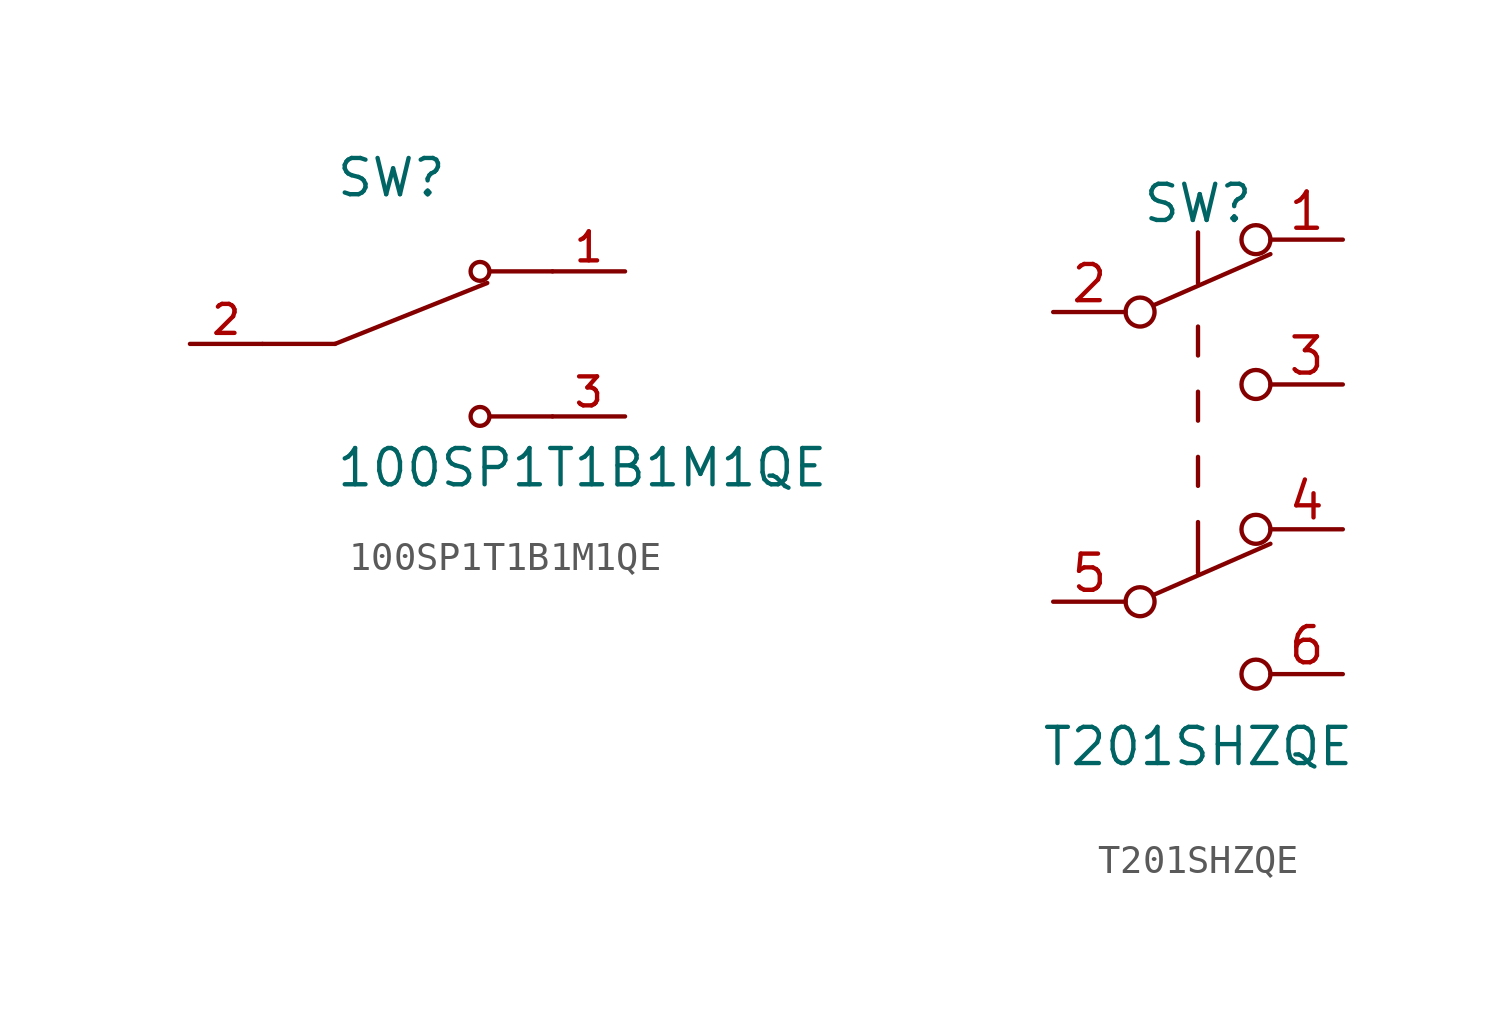
<source format=kicad_sym>
(kicad_symbol_lib
  (version 20241209)
  (generator "kicad_symbol_editor")
  (generator_version "9.0")
  (symbol "100SP1T1B1M1QE"
    (pin_names
      (offset 1.016)
      (hide yes))
    (property "Reference" "SW"
      (at -2.54 5.08 0)
      (effects (font (size 1.27 1.27)) (justify left bottom)))
    (property "Value" "100SP1T1B1M1QE"
      (at -2.54 -5.08 0)
      (effects (font (size 1.27 1.27)) (justify left bottom)))
    (symbol "100SP1T1B1M1QE_0_0"
      (polyline (pts (xy -2.54 0) (xy -5.08 0)) (stroke (width 0.152) (type default)) (fill (type none)))
      (polyline (pts (xy -2.54 0) (xy 2.794 2.134)) (stroke (width 0.152) (type default)) (fill (type none)))
      (circle (center 2.54 2.54) (radius 0.33) (stroke (width 0.152) (type default)) (fill (type none)))
      (circle (center 2.54 -2.54) (radius 0.33) (stroke (width 0.152) (type default)) (fill (type none)))
      (polyline (pts (xy 5.08 2.54) (xy 2.921 2.54)) (stroke (width 0.152) (type default)) (fill (type none)))
      (polyline (pts (xy 5.08 -2.54) (xy 2.921 -2.54)) (stroke (width 0.152) (type default)) (fill (type none)))
      (pin passive line (at -7.62 0 0) (length 2.54) (name "~" (effects (font (size 1.016 1.016)))) (number "2" (effects (font (size 1.016 1.016)))))
      (pin passive line (at 7.62 2.54 180) (length 2.54) (name "~" (effects (font (size 1.016 1.016)))) (number "1" (effects (font (size 1.016 1.016)))))
      (pin passive line (at 7.62 -2.54 180) (length 2.54) (name "~" (effects (font (size 1.016 1.016)))) (number "3" (effects (font (size 1.016 1.016)))))))
  (symbol "T201SHZQE"
    (pin_names
      (offset 0)
      (hide yes))
    (property "Reference" "SW"
      (at 0 8.89 0)
      (effects (font (size 1.27 1.27))))
    (property "Value" "T201SHZQE"
      (at 0 -10.16 0)
      (effects (font (size 1.27 1.27))))
    (symbol "T201SHZQE_0_0"
      (circle (center -2.032 5.08) (radius 0.508) (stroke (width 0) (type default)) (fill (type none)))
      (circle (center -2.032 -5.08) (radius 0.508) (stroke (width 0) (type default)) (fill (type none)))
      (circle (center 2.032 2.54) (radius 0.508) (stroke (width 0) (type default)) (fill (type none)))
      (circle (center 2.032 -7.62) (radius 0.508) (stroke (width 0) (type default)) (fill (type none))))
    (symbol "T201SHZQE_0_1"
      (polyline (pts (xy -1.524 5.334) (xy 2.54 7.112)) (stroke (width 0) (type default)) (fill (type none)))
      (polyline (pts (xy -1.524 -4.826) (xy 2.54 -3.048)) (stroke (width 0) (type default)) (fill (type none)))
      (polyline (pts (xy 0 7.874) (xy 0 6.096)) (stroke (width 0) (type default)) (fill (type none)))
      (polyline (pts (xy 0 3.556) (xy 0 4.572)) (stroke (width 0) (type default)) (fill (type none)))
      (polyline (pts (xy 0 1.27) (xy 0 2.286)) (stroke (width 0) (type default)) (fill (type none)))
      (polyline (pts (xy 0 -1.016) (xy 0 0)) (stroke (width 0) (type default)) (fill (type none)))
      (polyline (pts (xy 0 -2.286) (xy 0 -4.064)) (stroke (width 0) (type default)) (fill (type none)))
      (circle (center 2.032 7.62) (radius 0.508) (stroke (width 0) (type default)) (fill (type none)))
      (circle (center 2.032 -2.54) (radius 0.508) (stroke (width 0) (type default)) (fill (type none))))
    (symbol "T201SHZQE_1_1"
      (pin passive line (at -5.08 5.08 0) (length 2.54) (name "B" (effects (font (size 1.27 1.27)))) (number "2" (effects (font (size 1.27 1.27)))))
      (pin passive line (at -5.08 -5.08 0) (length 2.54) (name "B" (effects (font (size 1.27 1.27)))) (number "5" (effects (font (size 1.27 1.27)))))
      (pin passive line (at 5.08 7.62 180) (length 2.54) (name "A" (effects (font (size 1.27 1.27)))) (number "1" (effects (font (size 1.27 1.27)))))
      (pin passive line (at 5.08 2.54 180) (length 2.54) (name "C" (effects (font (size 1.27 1.27)))) (number "3" (effects (font (size 1.27 1.27)))))
      (pin passive line (at 5.08 -2.54 180) (length 2.54) (name "A" (effects (font (size 1.27 1.27)))) (number "4" (effects (font (size 1.27 1.27)))))
      (pin passive line (at 5.08 -7.62 180) (length 2.54) (name "C" (effects (font (size 1.27 1.27)))) (number "6" (effects (font (size 1.27 1.27))))))))
</source>
